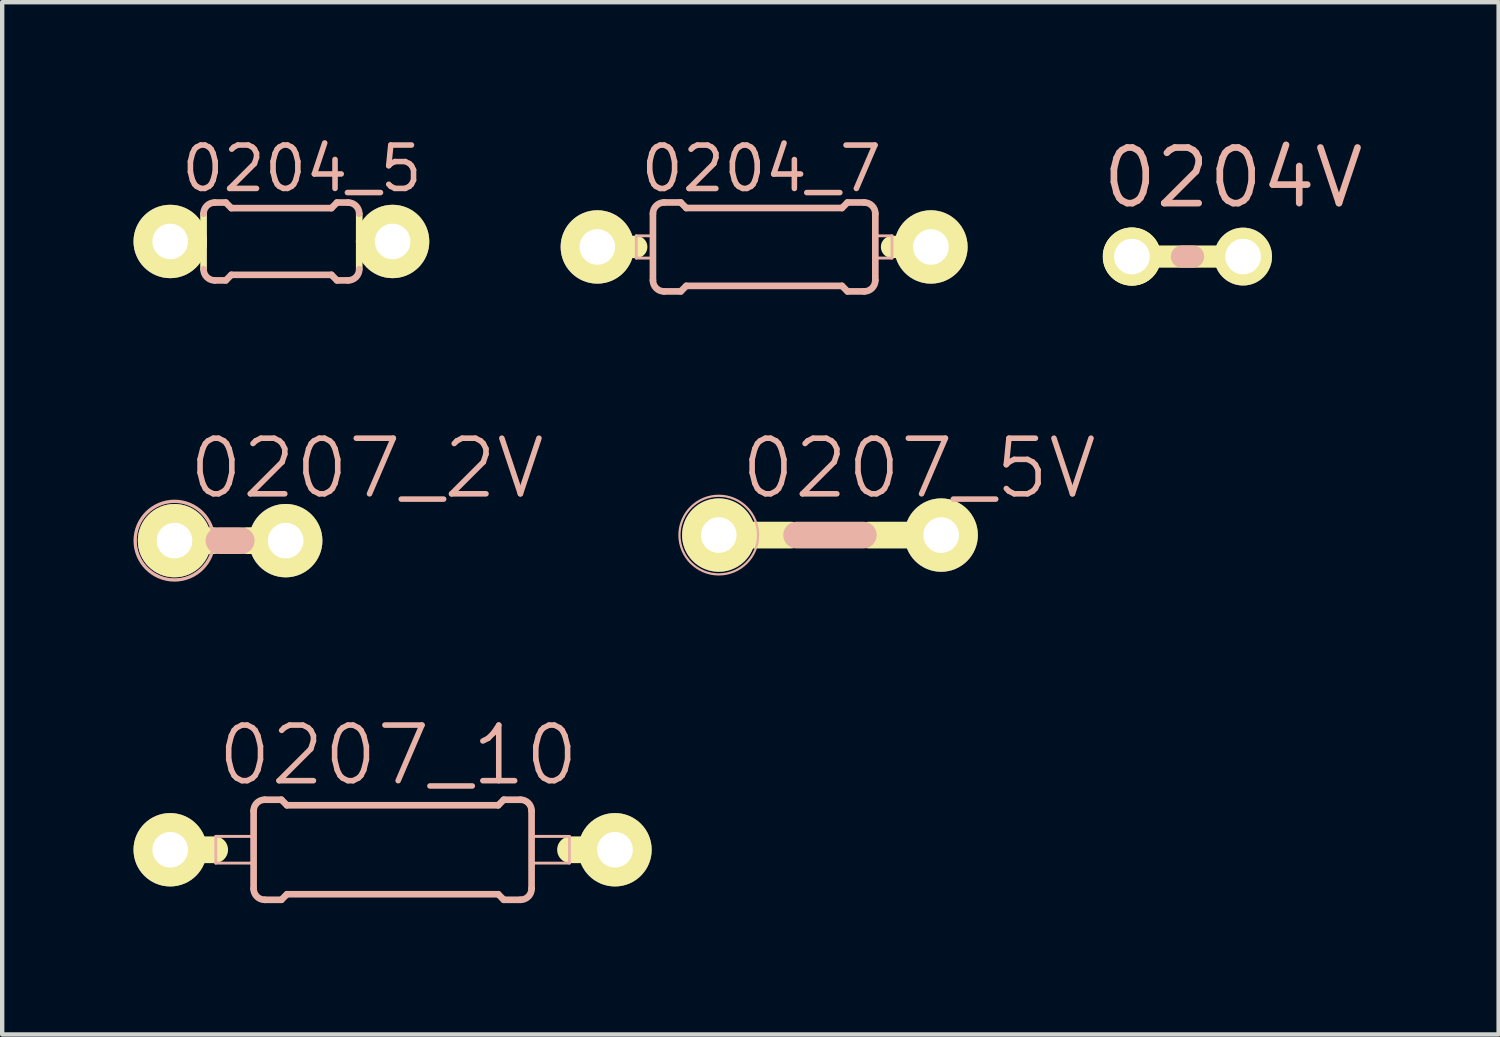
<source format=kicad_pcb>
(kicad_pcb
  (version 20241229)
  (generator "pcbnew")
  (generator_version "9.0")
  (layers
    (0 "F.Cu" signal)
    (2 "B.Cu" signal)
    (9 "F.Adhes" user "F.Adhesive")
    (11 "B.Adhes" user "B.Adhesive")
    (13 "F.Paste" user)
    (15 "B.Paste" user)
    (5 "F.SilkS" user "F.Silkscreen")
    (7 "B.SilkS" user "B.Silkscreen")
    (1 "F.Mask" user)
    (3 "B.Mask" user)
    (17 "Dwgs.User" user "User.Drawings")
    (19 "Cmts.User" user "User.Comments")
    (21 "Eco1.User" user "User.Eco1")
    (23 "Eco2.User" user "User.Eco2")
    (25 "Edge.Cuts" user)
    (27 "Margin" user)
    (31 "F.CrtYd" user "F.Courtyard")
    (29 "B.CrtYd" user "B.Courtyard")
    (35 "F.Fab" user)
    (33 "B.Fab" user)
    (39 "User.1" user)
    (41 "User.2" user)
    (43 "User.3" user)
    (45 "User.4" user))
  (footprint "0204_7"
    (layer "F.Cu")
    (at 14.405 2.591)
    (property "Reference" "0204_7" (at -0.064 -1.788 0) (layer "B.SilkS") (effects (font (size 0.991 0.991) (thickness 0.127))))
    (attr exclude_from_pos_files exclude_from_bom)
    (fp_line (start -3.81 0) (end -2.921 0) (stroke (width 0.508) (type solid)) (layer "F.SilkS"))
    (fp_line (start 3.81 0) (end 2.921 0) (stroke (width 0.508) (type solid)) (layer "F.SilkS"))
    (fp_line (start -2.921 -0.254) (end -2.54 -0.254) (stroke (width 0.066) (type solid)) (layer "B.SilkS"))
    (fp_line (start -2.921 0.254) (end -2.921 -0.254) (stroke (width 0.066) (type solid)) (layer "B.SilkS"))
    (fp_line (start -2.921 0.254) (end -2.54 0.254) (stroke (width 0.066) (type solid)) (layer "B.SilkS"))
    (fp_line (start -2.54 0.254) (end -2.54 -0.254) (stroke (width 0.066) (type solid)) (layer "B.SilkS"))
    (fp_line (start -2.54 0.762) (end -2.54 -0.762) (stroke (width 0.152) (type solid)) (layer "B.SilkS"))
    (fp_line (start -2.286 -1.016) (end -1.905 -1.016) (stroke (width 0.152) (type solid)) (layer "B.SilkS"))
    (fp_line (start -2.286 1.016) (end -1.905 1.016) (stroke (width 0.152) (type solid)) (layer "B.SilkS"))
    (fp_line (start -1.778 -0.889) (end -1.905 -1.016) (stroke (width 0.152) (type solid)) (layer "B.SilkS"))
    (fp_line (start -1.778 0.889) (end -1.905 1.016) (stroke (width 0.152) (type solid)) (layer "B.SilkS"))
    (fp_line (start 1.778 -0.889) (end -1.778 -0.889) (stroke (width 0.152) (type solid)) (layer "B.SilkS"))
    (fp_line (start 1.778 -0.889) (end 1.905 -1.016) (stroke (width 0.152) (type solid)) (layer "B.SilkS"))
    (fp_line (start 1.778 0.889) (end -1.778 0.889) (stroke (width 0.152) (type solid)) (layer "B.SilkS"))
    (fp_line (start 1.778 0.889) (end 1.905 1.016) (stroke (width 0.152) (type solid)) (layer "B.SilkS"))
    (fp_line (start 2.286 -1.016) (end 1.905 -1.016) (stroke (width 0.152) (type solid)) (layer "B.SilkS"))
    (fp_line (start 2.286 1.016) (end 1.905 1.016) (stroke (width 0.152) (type solid)) (layer "B.SilkS"))
    (fp_line (start 2.54 -0.254) (end 2.921 -0.254) (stroke (width 0.066) (type solid)) (layer "B.SilkS"))
    (fp_line (start 2.54 0.254) (end 2.54 -0.254) (stroke (width 0.066) (type solid)) (layer "B.SilkS"))
    (fp_line (start 2.54 0.254) (end 2.921 0.254) (stroke (width 0.066) (type solid)) (layer "B.SilkS"))
    (fp_line (start 2.54 0.762) (end 2.54 -0.762) (stroke (width 0.152) (type solid)) (layer "B.SilkS"))
    (fp_line (start 2.921 0.254) (end 2.921 -0.254) (stroke (width 0.066) (type solid)) (layer "B.SilkS"))
    (fp_arc (start -2.54 -0.762) (mid -2.465605 -0.941605) (end -2.286 -1.016) (stroke (width 0.1524) (type solid)) (layer "B.SilkS"))
    (fp_arc (start -2.286 1.016) (mid -2.465605 0.941605) (end -2.54 0.762) (stroke (width 0.1524) (type solid)) (layer "B.SilkS"))
    (fp_arc (start 2.286 -1.016) (mid 2.465605 -0.941605) (end 2.54 -0.762) (stroke (width 0.1524) (type solid)) (layer "B.SilkS"))
    (fp_arc (start 2.54 0.762) (mid 2.465605 0.941605) (end 2.286 1.016) (stroke (width 0.1524) (type solid)) (layer "B.SilkS"))
    (pad "1" thru_hole circle (at -3.81 0) (size 1.676 1.676) (drill 0.813) (layers "*.Cu" "F.Mask" "F.SilkS" "F.Paste"))
    (pad "2" thru_hole circle (at 3.81 0) (size 1.676 1.676) (drill 0.813) (layers "*.Cu" "F.Mask" "F.SilkS" "F.Paste")))
  (footprint "0207_2V"
    (layer "F.Cu")
    (at 2.206 9.3)
    (property "Reference" "0207_2V" (at 3.124 -1.651 0) (layer "B.SilkS") (effects (font (size 1.27 1.27) (thickness 0.127))))
    (attr exclude_from_pos_files exclude_from_bom)
    (fp_line (start -1.27 0) (end -0.381 0) (stroke (width 0.61) (type solid)) (layer "F.SilkS"))
    (fp_line (start 0.381 0) (end 1.27 0) (stroke (width 0.61) (type solid)) (layer "F.SilkS"))
    (fp_circle (center -1.27 0) (end -1.778 0.508) (stroke (width 0.076) (type solid)) (fill no) (layer "F.SilkS"))
    (fp_line (start -0.254 0) (end 0.254 0) (stroke (width 0.61) (type solid)) (layer "B.SilkS"))
    (fp_circle (center -1.27 0) (end -1.905 0.635) (stroke (width 0.076) (type solid)) (fill no) (layer "B.SilkS"))
    (pad "1" thru_hole circle (at -1.27 0) (size 1.676 1.676) (drill 0.813) (layers "*.Cu" "F.Mask" "F.SilkS" "F.Paste"))
    (pad "2" thru_hole circle (at 1.27 0) (size 1.676 1.676) (drill 0.813) (layers "*.Cu" "F.Mask" "F.SilkS" "F.Paste")))
  (footprint "0204V"
    (layer "F.Cu")
    (at 24.076 2.811)
    (property "Reference" "0204V" (at 1.041 -1.801 0) (layer "B.SilkS") (effects (font (size 1.27 1.27) (thickness 0.152))))
    (attr exclude_from_pos_files exclude_from_bom)
    (fp_line (start -1.27 0) (end 1.27 0) (stroke (width 0.508) (type solid)) (layer "F.SilkS"))
    (fp_circle (center -1.27 0) (end -1.714 0.445) (stroke (width 0.076) (type solid)) (fill no) (layer "F.SilkS"))
    (fp_circle (center -1.27 0) (end -1.587 0.318) (stroke (width 0.025) (type solid)) (fill no) (layer "F.SilkS"))
    (fp_line (start -0.127 0) (end 0.127 0) (stroke (width 0.508) (type solid)) (layer "B.SilkS"))
    (pad "1" thru_hole circle (at -1.27 0) (size 1.321 1.321) (drill 0.813) (layers "*.Cu" "F.Mask" "F.SilkS" "F.Paste"))
    (pad "2" thru_hole circle (at 1.27 0) (size 1.321 1.321) (drill 0.813) (layers "*.Cu" "F.Mask" "F.SilkS" "F.Paste")))
  (footprint "0207_5V"
    (layer "F.Cu")
    (at 15.909 9.173)
    (property "Reference" "0207_5V" (at 2.032 -1.524 0) (layer "B.SilkS") (effects (font (size 1.27 1.27) (thickness 0.127))))
    (attr exclude_from_pos_files exclude_from_bom)
    (fp_line (start -2.54 0) (end -0.889 0) (stroke (width 0.61) (type solid)) (layer "F.SilkS"))
    (fp_line (start 0.889 0) (end 2.54 0) (stroke (width 0.61) (type solid)) (layer "F.SilkS"))
    (fp_circle (center -2.54 0) (end -3.048 0.508) (stroke (width 0.076) (type solid)) (fill no) (layer "F.SilkS"))
    (fp_line (start -0.762 0) (end 0.762 0) (stroke (width 0.61) (type solid)) (layer "B.SilkS"))
    (fp_circle (center -2.54 0) (end -3.175 0.635) (stroke (width 0.051) (type solid)) (fill no) (layer "B.SilkS"))
    (pad "1" thru_hole circle (at -2.54 0) (size 1.676 1.676) (drill 0.813) (layers "*.Cu" "F.Mask" "F.SilkS" "F.Paste"))
    (pad "2" thru_hole circle (at 2.54 0) (size 1.676 1.676) (drill 0.813) (layers "*.Cu" "F.Mask" "F.SilkS" "F.Paste")))
  (footprint "0204_5"
    (layer "F.Cu")
    (at 3.378 2.466)
    (property "Reference" "0204_5" (at 0.47 -1.664 0) (layer "B.SilkS") (effects (font (size 0.991 0.991) (thickness 0.127))))
    (attr exclude_from_pos_files exclude_from_bom)
    (fp_line (start -2.54 0) (end -2.032 0) (stroke (width 0.508) (type solid)) (layer "F.SilkS"))
    (fp_line (start -2.032 -0.254) (end -1.778 -0.254) (stroke (width 0.066) (type solid)) (layer "F.SilkS"))
    (fp_line (start -2.032 0.254) (end -2.032 -0.254) (stroke (width 0.066) (type solid)) (layer "F.SilkS"))
    (fp_line (start -2.032 0.254) (end -1.778 0.254) (stroke (width 0.066) (type solid)) (layer "F.SilkS"))
    (fp_line (start -1.778 0.254) (end -1.778 -0.254) (stroke (width 0.066) (type solid)) (layer "F.SilkS"))
    (fp_line (start -1.778 0.635) (end -1.778 -0.635) (stroke (width 0.152) (type solid)) (layer "F.SilkS"))
    (fp_line (start 1.778 -0.254) (end 2.032 -0.254) (stroke (width 0.066) (type solid)) (layer "F.SilkS"))
    (fp_line (start 1.778 0.254) (end 1.778 -0.254) (stroke (width 0.066) (type solid)) (layer "F.SilkS"))
    (fp_line (start 1.778 0.254) (end 2.032 0.254) (stroke (width 0.066) (type solid)) (layer "F.SilkS"))
    (fp_line (start 1.778 0.635) (end 1.778 -0.635) (stroke (width 0.152) (type solid)) (layer "F.SilkS"))
    (fp_line (start 2.032 0.254) (end 2.032 -0.254) (stroke (width 0.066) (type solid)) (layer "F.SilkS"))
    (fp_line (start 2.54 0) (end 2.032 0) (stroke (width 0.508) (type solid)) (layer "F.SilkS"))
    (fp_line (start -1.524 -0.889) (end -1.27 -0.889) (stroke (width 0.152) (type solid)) (layer "B.SilkS"))
    (fp_line (start -1.524 0.889) (end -1.27 0.889) (stroke (width 0.152) (type solid)) (layer "B.SilkS"))
    (fp_line (start -1.143 -0.762) (end -1.27 -0.889) (stroke (width 0.152) (type solid)) (layer "B.SilkS"))
    (fp_line (start -1.143 0.762) (end -1.27 0.889) (stroke (width 0.152) (type solid)) (layer "B.SilkS"))
    (fp_line (start 1.143 -0.762) (end -1.143 -0.762) (stroke (width 0.152) (type solid)) (layer "B.SilkS"))
    (fp_line (start 1.143 -0.762) (end 1.27 -0.889) (stroke (width 0.152) (type solid)) (layer "B.SilkS"))
    (fp_line (start 1.143 0.762) (end -1.143 0.762) (stroke (width 0.152) (type solid)) (layer "B.SilkS"))
    (fp_line (start 1.143 0.762) (end 1.27 0.889) (stroke (width 0.152) (type solid)) (layer "B.SilkS"))
    (fp_line (start 1.524 -0.889) (end 1.27 -0.889) (stroke (width 0.152) (type solid)) (layer "B.SilkS"))
    (fp_line (start 1.524 0.889) (end 1.27 0.889) (stroke (width 0.152) (type solid)) (layer "B.SilkS"))
    (fp_arc (start -1.778 -0.635) (mid -1.703605 -0.814605) (end -1.524 -0.889) (stroke (width 0.1524) (type solid)) (layer "B.SilkS"))
    (fp_arc (start -1.524 0.889) (mid -1.703605 0.814605) (end -1.778 0.635) (stroke (width 0.1524) (type solid)) (layer "B.SilkS"))
    (fp_arc (start 1.524 -0.889) (mid 1.703605 -0.814605) (end 1.778 -0.635) (stroke (width 0.1524) (type solid)) (layer "B.SilkS"))
    (fp_arc (start 1.778 0.635) (mid 1.703605 0.814605) (end 1.524 0.889) (stroke (width 0.1524) (type solid)) (layer "B.SilkS"))
    (pad "1" thru_hole circle (at -2.54 0) (size 1.676 1.676) (drill 0.813) (layers "*.Cu" "F.Mask" "F.SilkS" "F.Paste"))
    (pad "2" thru_hole circle (at 2.54 0) (size 1.676 1.676) (drill 0.813) (layers "*.Cu" "F.Mask" "F.SilkS" "F.Paste")))
  (footprint "0207_10"
    (layer "F.Cu")
    (at 5.918 16.361)
    (property "Reference" "0207_10" (at 0.127 -2.159 0) (layer "B.SilkS") (effects (font (size 1.27 1.27) (thickness 0.127))))
    (attr exclude_from_pos_files exclude_from_bom)
    (fp_line (start -5.08 0) (end -4.064 0) (stroke (width 0.61) (type solid)) (layer "F.SilkS"))
    (fp_line (start 5.08 0) (end 4.064 0) (stroke (width 0.61) (type solid)) (layer "F.SilkS"))
    (fp_line (start -4.039 -0.305) (end -3.175 -0.305) (stroke (width 0.066) (type solid)) (layer "B.SilkS"))
    (fp_line (start -4.039 0.305) (end -4.039 -0.305) (stroke (width 0.066) (type solid)) (layer "B.SilkS"))
    (fp_line (start -4.039 0.305) (end -3.175 0.305) (stroke (width 0.066) (type solid)) (layer "B.SilkS"))
    (fp_line (start -3.175 0.305) (end -3.175 -0.305) (stroke (width 0.066) (type solid)) (layer "B.SilkS"))
    (fp_line (start -3.175 0.889) (end -3.175 -0.889) (stroke (width 0.152) (type solid)) (layer "B.SilkS"))
    (fp_line (start -2.921 -1.143) (end -2.54 -1.143) (stroke (width 0.152) (type solid)) (layer "B.SilkS"))
    (fp_line (start -2.921 1.143) (end -2.54 1.143) (stroke (width 0.152) (type solid)) (layer "B.SilkS"))
    (fp_line (start -2.413 -1.016) (end -2.54 -1.143) (stroke (width 0.152) (type solid)) (layer "B.SilkS"))
    (fp_line (start -2.413 1.016) (end -2.54 1.143) (stroke (width 0.152) (type solid)) (layer "B.SilkS"))
    (fp_line (start 2.413 -1.016) (end -2.413 -1.016) (stroke (width 0.152) (type solid)) (layer "B.SilkS"))
    (fp_line (start 2.413 -1.016) (end 2.54 -1.143) (stroke (width 0.152) (type solid)) (layer "B.SilkS"))
    (fp_line (start 2.413 1.016) (end -2.413 1.016) (stroke (width 0.152) (type solid)) (layer "B.SilkS"))
    (fp_line (start 2.413 1.016) (end 2.54 1.143) (stroke (width 0.152) (type solid)) (layer "B.SilkS"))
    (fp_line (start 2.921 -1.143) (end 2.54 -1.143) (stroke (width 0.152) (type solid)) (layer "B.SilkS"))
    (fp_line (start 2.921 1.143) (end 2.54 1.143) (stroke (width 0.152) (type solid)) (layer "B.SilkS"))
    (fp_line (start 3.175 -0.305) (end 4.039 -0.305) (stroke (width 0.066) (type solid)) (layer "B.SilkS"))
    (fp_line (start 3.175 0.305) (end 3.175 -0.305) (stroke (width 0.066) (type solid)) (layer "B.SilkS"))
    (fp_line (start 3.175 0.305) (end 4.039 0.305) (stroke (width 0.066) (type solid)) (layer "B.SilkS"))
    (fp_line (start 3.175 0.889) (end 3.175 -0.889) (stroke (width 0.152) (type solid)) (layer "B.SilkS"))
    (fp_line (start 4.039 0.305) (end 4.039 -0.305) (stroke (width 0.066) (type solid)) (layer "B.SilkS"))
    (fp_arc (start -3.175 -0.889) (mid -3.100605 -1.068605) (end -2.921 -1.143) (stroke (width 0.1524) (type solid)) (layer "B.SilkS"))
    (fp_arc (start -2.921 1.143) (mid -3.100605 1.068605) (end -3.175 0.889) (stroke (width 0.1524) (type solid)) (layer "B.SilkS"))
    (fp_arc (start 2.921 -1.143) (mid 3.100605 -1.068605) (end 3.175 -0.889) (stroke (width 0.1524) (type solid)) (layer "B.SilkS"))
    (fp_arc (start 3.175 0.889) (mid 3.100605 1.068605) (end 2.921 1.143) (stroke (width 0.1524) (type solid)) (layer "B.SilkS"))
    (pad "1" thru_hole circle (at -5.08 0) (size 1.676 1.676) (drill 0.813) (layers "*.Cu" "F.Mask" "F.SilkS" "F.Paste"))
    (pad "2" thru_hole circle (at 5.08 0) (size 1.676 1.676) (drill 0.813) (layers "*.Cu" "F.Mask" "F.SilkS" "F.Paste")))
  (gr_rect
    (start -3 -3)
    (end 31.183 20.58)
    (stroke (width 0.1) (type default))
    (fill no)
    (layer "Edge.Cuts")))
</source>
